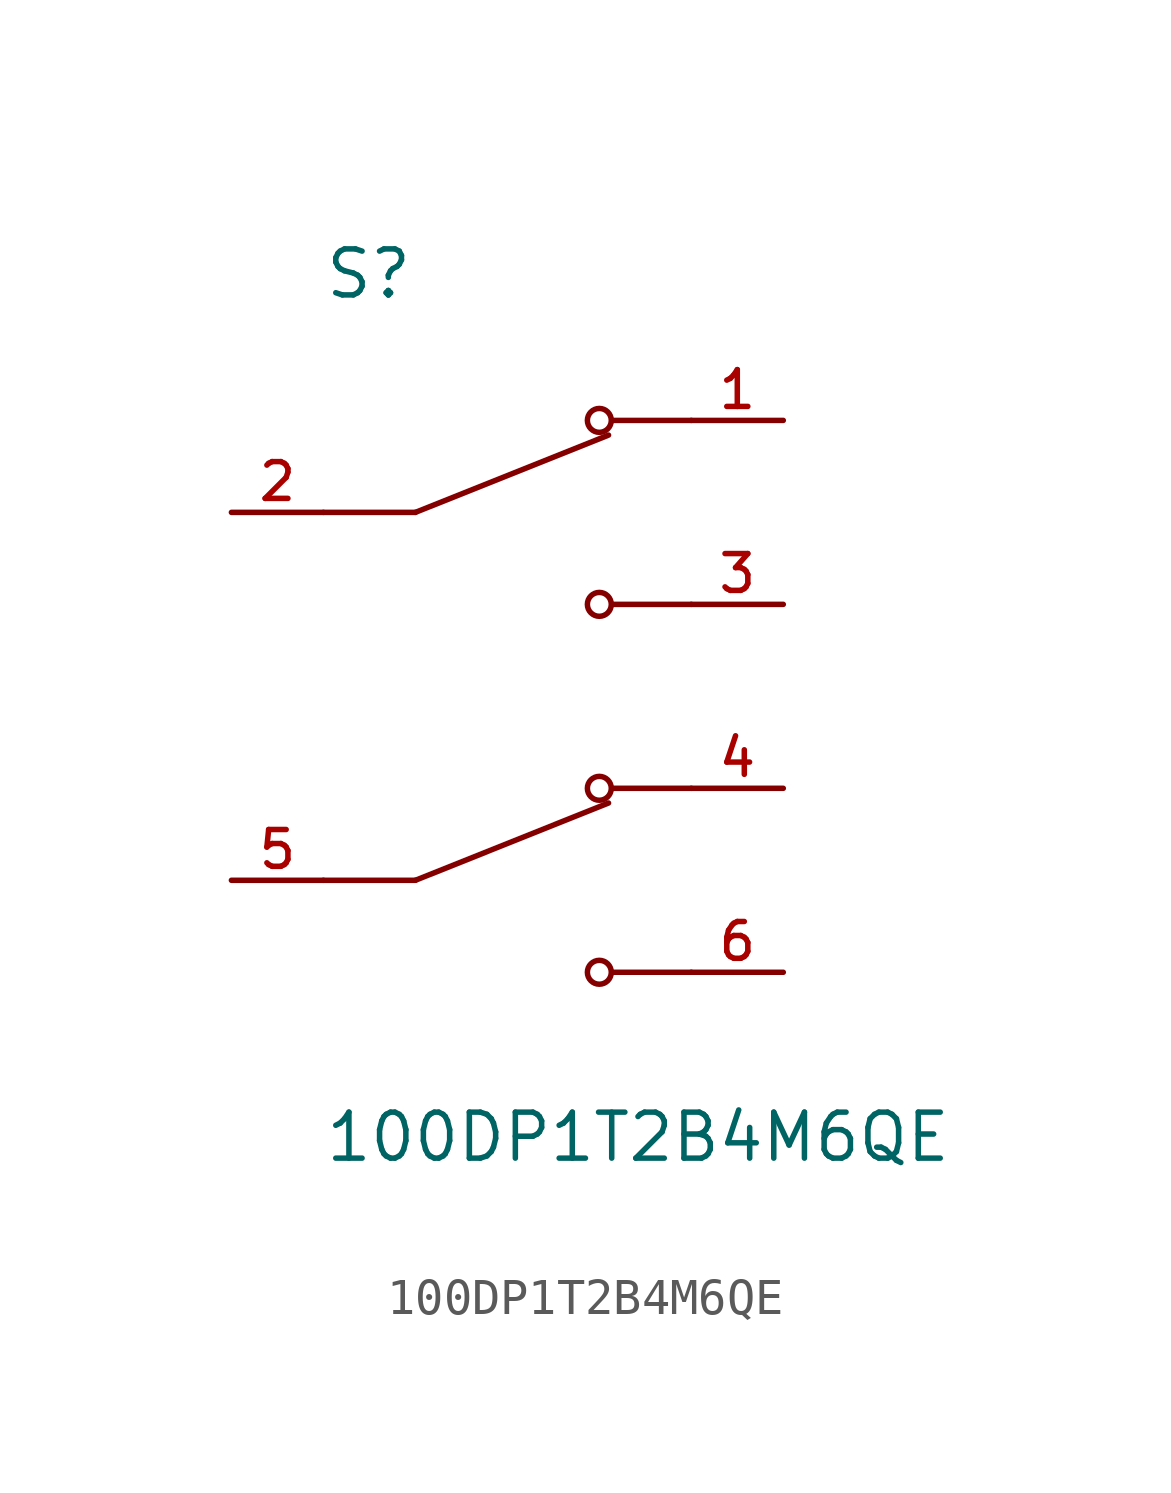
<source format=kicad_sym>
(kicad_symbol_lib
  (version 20211014)
  (generator kicad_symbol_editor)
  (symbol "100DP1T2B4M6QE"
    (pin_names
      (offset 1.016))
    (property "Reference" "S"
      (at -5.08 10.922 0)
      (effects (font (size 1.27 1.27)) (justify bottom left)))
    (property "Value" "100DP1T2B4M6QE"
      (at -5.08 -11.43 0)
      (effects (font (size 1.27 1.27)) (justify top left)))
    (symbol "100DP1T2B4M6QE_0_0"
      (polyline (pts (xy -2.54 5.08) (xy 2.794 7.214)) (stroke (width 0.152)))
      (circle (center 2.54 7.62) (radius 0.33) (stroke (width 0.152)) (fill (type none)))
      (circle (center 2.54 2.54) (radius 0.33) (stroke (width 0.152)) (fill (type none)))
      (polyline (pts (xy 5.08 2.54) (xy 2.921 2.54)) (stroke (width 0.152)))
      (polyline (pts (xy 5.08 7.62) (xy 2.921 7.62)) (stroke (width 0.152)))
      (polyline (pts (xy -2.54 5.08) (xy -5.08 5.08)) (stroke (width 0.152)))
      (polyline (pts (xy -2.54 -5.08) (xy 2.794 -2.946)) (stroke (width 0.152)))
      (circle (center 2.54 -2.54) (radius 0.33) (stroke (width 0.152)) (fill (type none)))
      (circle (center 2.54 -7.62) (radius 0.33) (stroke (width 0.152)) (fill (type none)))
      (polyline (pts (xy 5.08 -7.62) (xy 2.921 -7.62)) (stroke (width 0.152)))
      (polyline (pts (xy 5.08 -2.54) (xy 2.921 -2.54)) (stroke (width 0.152)))
      (polyline (pts (xy -2.54 -5.08) (xy -5.08 -5.08)) (stroke (width 0.152)))
      (pin passive line (at 7.62 7.62 180.0) (length 2.54) (name "~" (effects (font (size 1.016 1.016)))) (number "1" (effects (font (size 1.016 1.016)))))
      (pin passive line (at -7.62 5.08 0) (length 2.54) (name "~" (effects (font (size 1.016 1.016)))) (number "2" (effects (font (size 1.016 1.016)))))
      (pin passive line (at 7.62 2.54 180.0) (length 2.54) (name "~" (effects (font (size 1.016 1.016)))) (number "3" (effects (font (size 1.016 1.016)))))
      (pin passive line (at 7.62 -2.54 180.0) (length 2.54) (name "~" (effects (font (size 1.016 1.016)))) (number "4" (effects (font (size 1.016 1.016)))))
      (pin passive line (at -7.62 -5.08 0) (length 2.54) (name "~" (effects (font (size 1.016 1.016)))) (number "5" (effects (font (size 1.016 1.016)))))
      (pin passive line (at 7.62 -7.62 180.0) (length 2.54) (name "~" (effects (font (size 1.016 1.016)))) (number "6" (effects (font (size 1.016 1.016))))))))
</source>
